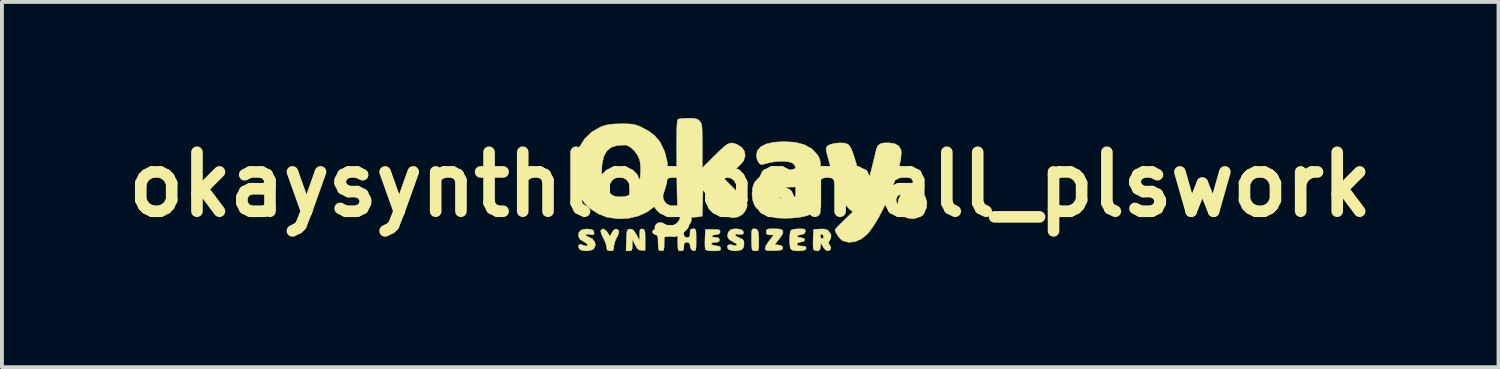
<source format=kicad_pcb>
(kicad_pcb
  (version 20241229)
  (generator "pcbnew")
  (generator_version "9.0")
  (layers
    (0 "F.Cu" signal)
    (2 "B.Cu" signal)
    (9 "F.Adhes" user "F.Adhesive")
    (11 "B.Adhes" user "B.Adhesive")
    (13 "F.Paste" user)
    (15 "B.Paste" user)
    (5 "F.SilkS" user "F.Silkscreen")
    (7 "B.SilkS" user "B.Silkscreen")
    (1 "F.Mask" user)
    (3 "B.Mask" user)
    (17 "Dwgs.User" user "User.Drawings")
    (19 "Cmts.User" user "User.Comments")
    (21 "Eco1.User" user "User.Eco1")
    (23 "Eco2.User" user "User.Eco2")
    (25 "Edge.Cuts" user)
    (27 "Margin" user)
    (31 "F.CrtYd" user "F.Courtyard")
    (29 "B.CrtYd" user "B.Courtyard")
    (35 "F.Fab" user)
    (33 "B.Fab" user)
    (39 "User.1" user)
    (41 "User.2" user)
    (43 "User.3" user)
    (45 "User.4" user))
  (footprint "okaysynthlogosmall_plswork"
    (layer "F.Cu")
    (at 16.336 1.719)
    (property "Reference" "okaysynthlogosmall_plswork" (at 0 0 0) (layer "F.SilkS") (effects (font (size 1.524 1.524) (thickness 0.3))))
    (attr through_hole)
    (fp_poly (pts (xy 4.336 0.147) (xy 4.448 0.212) (xy 4.525 0.318) (xy 4.566 0.457) (xy 4.555 0.599) (xy 4.498 0.726) (xy 4.399 0.821) (xy 4.366 0.839) (xy 4.229 0.883) (xy 4.097 0.873) (xy 4.01 0.843) (xy 3.906 0.766) (xy 3.839 0.653) (xy 3.813 0.521) (xy 3.829 0.386) (xy 3.89 0.264) (xy 3.934 0.215) (xy 4.018 0.156) (xy 4.11 0.13) (xy 4.184 0.127) (xy 4.336 0.147)) (stroke (width 0.01) (type solid)) (fill yes) (layer "F.SilkS"))
    (fp_poly (pts (xy 0.159 1.151) (xy 0.193 1.183) (xy 0.212 1.25) (xy 0.221 1.361) (xy 0.222 1.479) (xy 0.221 1.599) (xy 0.215 1.67) (xy 0.199 1.703) (xy 0.17 1.714) (xy 0.148 1.714) (xy 0.081 1.706) (xy 0.053 1.693) (xy 0.043 1.654) (xy 0.036 1.567) (xy 0.032 1.45) (xy 0.032 1.408) (xy 0.033 1.278) (xy 0.038 1.2) (xy 0.05 1.16) (xy 0.074 1.145) (xy 0.108 1.143) (xy 0.159 1.151)) (stroke (width 0.01) (type solid)) (fill yes) (layer "F.SilkS"))
    (fp_poly (pts (xy -3.403 1.184) (xy -3.391 1.229) (xy -3.415 1.302) (xy -3.446 1.362) (xy -3.494 1.467) (xy -3.521 1.572) (xy -3.524 1.607) (xy -3.531 1.681) (xy -3.559 1.71) (xy -3.598 1.714) (xy -3.665 1.706) (xy -3.694 1.693) (xy -3.71 1.648) (xy -3.715 1.596) (xy -3.731 1.524) (xy -3.771 1.428) (xy -3.797 1.378) (xy -3.841 1.289) (xy -3.863 1.216) (xy -3.862 1.19) (xy -3.822 1.147) (xy -3.765 1.157) (xy -3.703 1.216) (xy -3.685 1.242) (xy -3.625 1.341) (xy -3.574 1.242) (xy -3.516 1.164) (xy -3.455 1.147) (xy -3.403 1.184)) (stroke (width 0.01) (type solid)) (fill yes) (layer "F.SilkS"))
    (fp_poly (pts (xy -2.104 1.149) (xy -2.073 1.162) (xy -2.067 1.189) (xy -2.069 1.213) (xy -2.105 1.278) (xy -2.151 1.296) (xy -2.19 1.307) (xy -2.211 1.336) (xy -2.221 1.398) (xy -2.223 1.509) (xy -2.223 1.51) (xy -2.225 1.622) (xy -2.234 1.684) (xy -2.255 1.71) (xy -2.281 1.714) (xy -2.341 1.704) (xy -2.36 1.693) (xy -2.372 1.652) (xy -2.379 1.568) (xy -2.381 1.489) (xy -2.384 1.385) (xy -2.395 1.329) (xy -2.421 1.304) (xy -2.453 1.296) (xy -2.512 1.264) (xy -2.524 1.222) (xy -2.518 1.189) (xy -2.49 1.169) (xy -2.427 1.157) (xy -2.316 1.151) (xy -2.292 1.149) (xy -2.172 1.146) (xy -2.104 1.149)) (stroke (width 0.01) (type solid)) (fill yes) (layer "F.SilkS"))
    (fp_poly (pts (xy -2.786 1.149) (xy -2.751 1.158) (xy -2.73 1.181) (xy -2.719 1.232) (xy -2.715 1.323) (xy -2.715 1.429) (xy -2.715 1.699) (xy -2.81 1.699) (xy -2.872 1.69) (xy -2.919 1.654) (xy -2.965 1.576) (xy -2.975 1.556) (xy -3.045 1.413) (xy -3.047 1.564) (xy -3.05 1.655) (xy -3.065 1.699) (xy -3.101 1.714) (xy -3.129 1.714) (xy -3.209 1.714) (xy -3.2 1.437) (xy -3.195 1.304) (xy -3.187 1.221) (xy -3.173 1.176) (xy -3.149 1.157) (xy -3.11 1.149) (xy -3.11 1.149) (xy -3.056 1.153) (xy -3.012 1.187) (xy -2.96 1.263) (xy -2.944 1.292) (xy -2.859 1.445) (xy -2.858 1.292) (xy -2.855 1.2) (xy -2.842 1.157) (xy -2.81 1.146) (xy -2.786 1.149)) (stroke (width 0.01) (type solid)) (fill yes) (layer "F.SilkS"))
    (fp_poly (pts (xy 0.735 1.147) (xy 0.804 1.161) (xy 0.836 1.188) (xy 0.838 1.193) (xy 0.847 1.231) (xy 0.838 1.271) (xy 0.804 1.328) (xy 0.737 1.418) (xy 0.724 1.435) (xy 0.633 1.552) (xy 0.737 1.562) (xy 0.812 1.579) (xy 0.84 1.618) (xy 0.841 1.635) (xy 0.834 1.67) (xy 0.804 1.69) (xy 0.735 1.702) (xy 0.634 1.708) (xy 0.524 1.709) (xy 0.441 1.704) (xy 0.403 1.695) (xy 0.383 1.653) (xy 0.398 1.594) (xy 0.451 1.506) (xy 0.494 1.449) (xy 0.606 1.302) (xy 0.509 1.302) (xy 0.441 1.294) (xy 0.415 1.258) (xy 0.413 1.222) (xy 0.416 1.179) (xy 0.437 1.156) (xy 0.489 1.145) (xy 0.588 1.143) (xy 0.616 1.143) (xy 0.735 1.147)) (stroke (width 0.01) (type solid)) (fill yes) (layer "F.SilkS"))
    (fp_poly (pts (xy -0.862 1.161) (xy -0.804 1.171) (xy -0.781 1.194) (xy -0.778 1.222) (xy -0.791 1.267) (xy -0.843 1.289) (xy -0.898 1.296) (xy -0.976 1.312) (xy -0.996 1.337) (xy -0.959 1.358) (xy -0.887 1.365) (xy -0.818 1.376) (xy -0.795 1.414) (xy -0.794 1.429) (xy -0.806 1.472) (xy -0.853 1.49) (xy -0.908 1.492) (xy -0.986 1.503) (xy -1.01 1.528) (xy -0.982 1.557) (xy -0.907 1.578) (xy -0.879 1.581) (xy -0.798 1.596) (xy -0.765 1.628) (xy -0.762 1.653) (xy -0.769 1.687) (xy -0.801 1.706) (xy -0.872 1.713) (xy -0.953 1.714) (xy -1.08 1.708) (xy -1.148 1.688) (xy -1.161 1.672) (xy -1.168 1.621) (xy -1.171 1.526) (xy -1.169 1.407) (xy -1.168 1.394) (xy -1.159 1.159) (xy -0.968 1.159) (xy -0.862 1.161)) (stroke (width 0.01) (type solid)) (fill yes) (layer "F.SilkS"))
    (fp_poly (pts (xy -0.265 1.154) (xy -0.198 1.183) (xy -0.192 1.189) (xy -0.167 1.247) (xy -0.196 1.284) (xy -0.268 1.289) (xy -0.286 1.286) (xy -0.364 1.279) (xy -0.39 1.298) (xy -0.364 1.333) (xy -0.285 1.374) (xy -0.204 1.411) (xy -0.168 1.453) (xy -0.159 1.521) (xy -0.159 1.536) (xy -0.174 1.632) (xy -0.22 1.682) (xy -0.306 1.708) (xy -0.41 1.713) (xy -0.507 1.7) (xy -0.569 1.669) (xy -0.572 1.667) (xy -0.595 1.607) (xy -0.57 1.563) (xy -0.51 1.549) (xy -0.457 1.563) (xy -0.379 1.581) (xy -0.348 1.567) (xy -0.352 1.535) (xy -0.416 1.493) (xy -0.443 1.481) (xy -0.548 1.415) (xy -0.591 1.336) (xy -0.572 1.246) (xy -0.558 1.221) (xy -0.51 1.169) (xy -0.441 1.147) (xy -0.368 1.143) (xy -0.265 1.154)) (stroke (width 0.01) (type solid)) (fill yes) (layer "F.SilkS"))
    (fp_poly (pts (xy -4.195 1.149) (xy -4.103 1.16) (xy -4.057 1.182) (xy -4.039 1.224) (xy -4.037 1.234) (xy -4.036 1.283) (xy -4.061 1.299) (xy -4.129 1.291) (xy -4.141 1.288) (xy -4.22 1.284) (xy -4.254 1.3) (xy -4.237 1.327) (xy -4.183 1.351) (xy -4.078 1.405) (xy -4.016 1.483) (xy -4.002 1.571) (xy -4.042 1.656) (xy -4.05 1.665) (xy -4.119 1.699) (xy -4.217 1.714) (xy -4.318 1.708) (xy -4.395 1.682) (xy -4.413 1.667) (xy -4.441 1.605) (xy -4.427 1.558) (xy -4.382 1.544) (xy -4.352 1.554) (xy -4.279 1.582) (xy -4.241 1.587) (xy -4.195 1.575) (xy -4.203 1.543) (xy -4.26 1.498) (xy -4.31 1.471) (xy -4.399 1.413) (xy -4.436 1.344) (xy -4.439 1.33) (xy -4.426 1.233) (xy -4.362 1.172) (xy -4.248 1.148) (xy -4.195 1.149)) (stroke (width 0.01) (type solid)) (fill yes) (layer "F.SilkS"))
    (fp_poly (pts (xy 1.361 1.145) (xy 1.41 1.156) (xy 1.425 1.182) (xy 1.423 1.214) (xy 1.399 1.268) (xy 1.335 1.293) (xy 1.31 1.296) (xy 1.239 1.31) (xy 1.207 1.331) (xy 1.206 1.333) (xy 1.234 1.355) (xy 1.302 1.37) (xy 1.31 1.371) (xy 1.389 1.392) (xy 1.413 1.429) (xy 1.383 1.468) (xy 1.31 1.486) (xy 1.229 1.508) (xy 1.204 1.543) (xy 1.233 1.574) (xy 1.312 1.587) (xy 1.405 1.595) (xy 1.444 1.621) (xy 1.439 1.67) (xy 1.399 1.696) (xy 1.319 1.712) (xy 1.222 1.715) (xy 1.129 1.706) (xy 1.063 1.684) (xy 1.054 1.676) (xy 1.032 1.622) (xy 1.02 1.527) (xy 1.017 1.413) (xy 1.022 1.302) (xy 1.037 1.216) (xy 1.054 1.181) (xy 1.106 1.16) (xy 1.197 1.146) (xy 1.263 1.143) (xy 1.361 1.145)) (stroke (width 0.01) (type solid)) (fill yes) (layer "F.SilkS"))
    (fp_poly (pts (xy 1.981 1.168) (xy 2.03 1.205) (xy 2.088 1.296) (xy 2.082 1.39) (xy 2.05 1.446) (xy 2.022 1.501) (xy 2.04 1.546) (xy 2.054 1.563) (xy 2.086 1.63) (xy 2.069 1.688) (xy 2.009 1.714) (xy 2.002 1.714) (xy 1.939 1.685) (xy 1.882 1.611) (xy 1.826 1.508) (xy 1.816 1.611) (xy 1.8 1.684) (xy 1.763 1.712) (xy 1.727 1.714) (xy 1.661 1.699) (xy 1.633 1.672) (xy 1.626 1.621) (xy 1.623 1.526) (xy 1.625 1.407) (xy 1.626 1.394) (xy 1.628 1.331) (xy 1.81 1.331) (xy 1.83 1.385) (xy 1.86 1.397) (xy 1.898 1.373) (xy 1.899 1.344) (xy 1.873 1.291) (xy 1.836 1.279) (xy 1.812 1.312) (xy 1.81 1.331) (xy 1.628 1.331) (xy 1.635 1.159) (xy 1.8 1.149) (xy 1.91 1.149) (xy 1.981 1.168)) (stroke (width 0.01) (type solid)) (fill yes) (layer "F.SilkS"))
    (fp_poly (pts (xy -1.439 1.145) (xy -1.416 1.16) (xy -1.403 1.2) (xy -1.398 1.276) (xy -1.397 1.402) (xy -1.397 1.431) (xy -1.398 1.567) (xy -1.402 1.651) (xy -1.413 1.695) (xy -1.433 1.71) (xy -1.465 1.709) (xy -1.468 1.709) (xy -1.522 1.684) (xy -1.547 1.62) (xy -1.55 1.595) (xy -1.565 1.523) (xy -1.603 1.495) (xy -1.637 1.492) (xy -1.69 1.501) (xy -1.711 1.539) (xy -1.714 1.603) (xy -1.72 1.679) (xy -1.747 1.709) (xy -1.794 1.714) (xy -1.831 1.712) (xy -1.855 1.697) (xy -1.867 1.658) (xy -1.872 1.581) (xy -1.873 1.455) (xy -1.873 1.427) (xy -1.873 1.291) (xy -1.868 1.207) (xy -1.858 1.163) (xy -1.838 1.147) (xy -1.805 1.148) (xy -1.802 1.149) (xy -1.748 1.173) (xy -1.723 1.237) (xy -1.72 1.262) (xy -1.705 1.335) (xy -1.668 1.362) (xy -1.633 1.365) (xy -1.581 1.357) (xy -1.559 1.318) (xy -1.556 1.254) (xy -1.55 1.179) (xy -1.523 1.148) (xy -1.476 1.143) (xy -1.439 1.145)) (stroke (width 0.01) (type solid)) (fill yes) (layer "F.SilkS"))
    (fp_poly (pts (xy 3.727 -1.059) (xy 3.835 -1) (xy 3.894 -0.902) (xy 3.905 -0.819) (xy 3.888 -0.643) (xy 3.84 -0.427) (xy 3.767 -0.182) (xy 3.673 0.08) (xy 3.564 0.348) (xy 3.444 0.608) (xy 3.319 0.849) (xy 3.193 1.059) (xy 3.072 1.226) (xy 3.023 1.282) (xy 2.873 1.404) (xy 2.712 1.475) (xy 2.55 1.493) (xy 2.399 1.455) (xy 2.377 1.445) (xy 2.319 1.393) (xy 2.257 1.313) (xy 2.209 1.228) (xy 2.191 1.166) (xy 2.212 1.138) (xy 2.269 1.077) (xy 2.353 0.993) (xy 2.42 0.927) (xy 2.65 0.703) (xy 2.562 0.634) (xy 2.475 0.538) (xy 2.384 0.383) (xy 2.288 0.174) (xy 2.192 -0.084) (xy 2.095 -0.387) (xy 2.035 -0.602) (xy 1.995 -0.752) (xy 1.971 -0.853) (xy 1.962 -0.917) (xy 1.966 -0.957) (xy 1.984 -0.984) (xy 2.004 -1.004) (xy 2.078 -1.041) (xy 2.19 -1.066) (xy 2.316 -1.077) (xy 2.431 -1.071) (xy 2.503 -1.05) (xy 2.544 -1.023) (xy 2.579 -0.981) (xy 2.614 -0.917) (xy 2.652 -0.822) (xy 2.696 -0.687) (xy 2.75 -0.505) (xy 2.794 -0.349) (xy 2.841 -0.181) (xy 2.885 -0.035) (xy 2.92 0.08) (xy 2.944 0.15) (xy 2.952 0.167) (xy 2.968 0.149) (xy 2.995 0.078) (xy 3.032 -0.033) (xy 3.074 -0.176) (xy 3.119 -0.339) (xy 3.163 -0.512) (xy 3.205 -0.686) (xy 3.224 -0.771) (xy 3.259 -0.912) (xy 3.298 -1.003) (xy 3.355 -1.053) (xy 3.442 -1.075) (xy 3.571 -1.079) (xy 3.727 -1.059)) (stroke (width 0.01) (type solid)) (fill yes) (layer "F.SilkS"))
    (fp_poly (pts (xy -1.477 -1.711) (xy -1.398 -1.7) (xy -1.345 -1.675) (xy -1.307 -1.641) (xy -1.283 -1.612) (xy -1.265 -1.577) (xy -1.252 -1.527) (xy -1.245 -1.453) (xy -1.24 -1.344) (xy -1.239 -1.19) (xy -1.238 -0.999) (xy -1.238 -0.43) (xy -0.912 -0.755) (xy -0.773 -0.891) (xy -0.668 -0.986) (xy -0.586 -1.045) (xy -0.518 -1.072) (xy -0.452 -1.073) (xy -0.38 -1.053) (xy -0.337 -1.035) (xy -0.216 -0.958) (xy -0.146 -0.854) (xy -0.131 -0.735) (xy -0.175 -0.611) (xy -0.183 -0.599) (xy -0.232 -0.541) (xy -0.315 -0.457) (xy -0.417 -0.363) (xy -0.453 -0.331) (xy -0.668 -0.145) (xy -0.362 0.161) (xy -0.236 0.29) (xy -0.149 0.384) (xy -0.099 0.456) (xy -0.078 0.516) (xy -0.085 0.575) (xy -0.112 0.645) (xy -0.136 0.693) (xy -0.208 0.777) (xy -0.316 0.836) (xy -0.43 0.857) (xy -0.531 0.843) (xy -0.631 0.796) (xy -0.74 0.711) (xy -0.865 0.581) (xy -0.975 0.449) (xy -1.222 0.143) (xy -1.231 0.48) (xy -1.24 0.818) (xy -1.358 0.837) (xy -1.578 0.851) (xy -1.703 0.835) (xy -1.776 0.802) (xy -1.83 0.757) (xy -1.846 0.736) (xy -1.858 0.708) (xy -1.868 0.665) (xy -1.876 0.601) (xy -1.882 0.511) (xy -1.887 0.386) (xy -1.891 0.223) (xy -1.894 0.013) (xy -1.897 -0.25) (xy -1.899 -0.485) (xy -1.901 -0.801) (xy -1.901 -1.06) (xy -1.901 -1.266) (xy -1.898 -1.424) (xy -1.894 -1.539) (xy -1.887 -1.618) (xy -1.879 -1.666) (xy -1.868 -1.687) (xy -1.867 -1.687) (xy -1.816 -1.701) (xy -1.722 -1.71) (xy -1.604 -1.714) (xy -1.601 -1.714) (xy -1.477 -1.711)) (stroke (width 0.01) (type solid)) (fill yes) (layer "F.SilkS"))
    (fp_poly (pts (xy -3.176 -1.569) (xy -3.062 -1.562) (xy -2.973 -1.546) (xy -2.891 -1.518) (xy -2.818 -1.486) (xy -2.62 -1.38) (xy -2.47 -1.265) (xy -2.353 -1.13) (xy -2.322 -1.085) (xy -2.209 -0.85) (xy -2.144 -0.589) (xy -2.126 -0.314) (xy -2.156 -0.041) (xy -2.233 0.215) (xy -2.322 0.387) (xy -2.474 0.568) (xy -2.668 0.711) (xy -2.897 0.814) (xy -3.149 0.873) (xy -3.415 0.885) (xy -3.685 0.846) (xy -3.715 0.839) (xy -3.911 0.762) (xy -4.101 0.644) (xy -4.263 0.5) (xy -4.342 0.4) (xy -4.437 0.233) (xy -4.499 0.057) (xy -4.531 -0.144) (xy -4.532 -0.22) (xy -3.836 -0.22) (xy -3.808 -0.048) (xy -3.748 0.089) (xy -3.651 0.203) (xy -3.647 0.206) (xy -3.564 0.274) (xy -3.489 0.307) (xy -3.392 0.317) (xy -3.354 0.318) (xy -3.212 0.304) (xy -3.101 0.261) (xy -3.078 0.246) (xy -2.991 0.17) (xy -2.918 0.081) (xy -2.912 0.072) (xy -2.871 -0.036) (xy -2.844 -0.184) (xy -2.832 -0.35) (xy -2.836 -0.511) (xy -2.857 -0.634) (xy -2.91 -0.757) (xy -2.993 -0.871) (xy -3.091 -0.962) (xy -3.19 -1.014) (xy -3.227 -1.021) (xy -3.43 -1.013) (xy -3.589 -0.964) (xy -3.706 -0.869) (xy -3.784 -0.727) (xy -3.827 -0.533) (xy -3.836 -0.438) (xy -3.836 -0.22) (xy -4.532 -0.22) (xy -4.536 -0.385) (xy -4.535 -0.424) (xy -4.528 -0.58) (xy -4.516 -0.695) (xy -4.494 -0.788) (xy -4.457 -0.881) (xy -4.42 -0.96) (xy -4.277 -1.184) (xy -4.092 -1.361) (xy -3.869 -1.488) (xy -3.846 -1.497) (xy -3.742 -1.533) (xy -3.634 -1.555) (xy -3.502 -1.566) (xy -3.334 -1.57) (xy -3.176 -1.569)) (stroke (width 0.01) (type solid)) (fill yes) (layer "F.SilkS"))
    (fp_poly (pts (xy 1.168 -1.091) (xy 1.4 -1.03) (xy 1.586 -0.928) (xy 1.726 -0.783) (xy 1.761 -0.73) (xy 1.784 -0.686) (xy 1.8 -0.637) (xy 1.812 -0.573) (xy 1.82 -0.483) (xy 1.824 -0.358) (xy 1.825 -0.187) (xy 1.826 -0.02) (xy 1.826 0.578) (xy 1.714 0.671) (xy 1.611 0.74) (xy 1.49 0.796) (xy 1.455 0.808) (xy 1.29 0.843) (xy 1.091 0.865) (xy 0.885 0.872) (xy 0.699 0.863) (xy 0.635 0.855) (xy 0.455 0.802) (xy 0.291 0.716) (xy 0.163 0.608) (xy 0.113 0.539) (xy 0.064 0.407) (xy 0.047 0.248) (xy 0.047 0.242) (xy 0.703 0.242) (xy 0.724 0.315) (xy 0.749 0.34) (xy 0.819 0.366) (xy 0.924 0.379) (xy 1.034 0.379) (xy 1.122 0.363) (xy 1.125 0.362) (xy 1.16 0.322) (xy 1.174 0.232) (xy 1.175 0.203) (xy 1.175 0.064) (xy 1.024 0.064) (xy 0.915 0.073) (xy 0.819 0.094) (xy 0.794 0.104) (xy 0.727 0.164) (xy 0.703 0.242) (xy 0.047 0.242) (xy 0.06 0.088) (xy 0.105 -0.046) (xy 0.111 -0.057) (xy 0.208 -0.165) (xy 0.357 -0.251) (xy 0.559 -0.314) (xy 0.819 -0.356) (xy 0.841 -0.358) (xy 0.99 -0.374) (xy 1.087 -0.389) (xy 1.142 -0.404) (xy 1.166 -0.423) (xy 1.169 -0.45) (xy 1.168 -0.458) (xy 1.135 -0.519) (xy 1.079 -0.562) (xy 0.98 -0.59) (xy 0.84 -0.601) (xy 0.68 -0.595) (xy 0.522 -0.572) (xy 0.444 -0.552) (xy 0.345 -0.525) (xy 0.288 -0.517) (xy 0.252 -0.532) (xy 0.217 -0.57) (xy 0.216 -0.572) (xy 0.175 -0.656) (xy 0.159 -0.761) (xy 0.159 -0.763) (xy 0.188 -0.883) (xy 0.274 -0.979) (xy 0.416 -1.05) (xy 0.611 -1.094) (xy 0.858 -1.111) (xy 0.889 -1.111) (xy 1.168 -1.091)) (stroke (width 0.01) (type solid)) (fill yes) (layer "F.SilkS")))
  (gr_rect
    (start -3 -3)
    (end 35.672 6.439)
    (stroke (width 0.1) (type default))
    (fill no)
    (layer "Edge.Cuts")))
</source>
